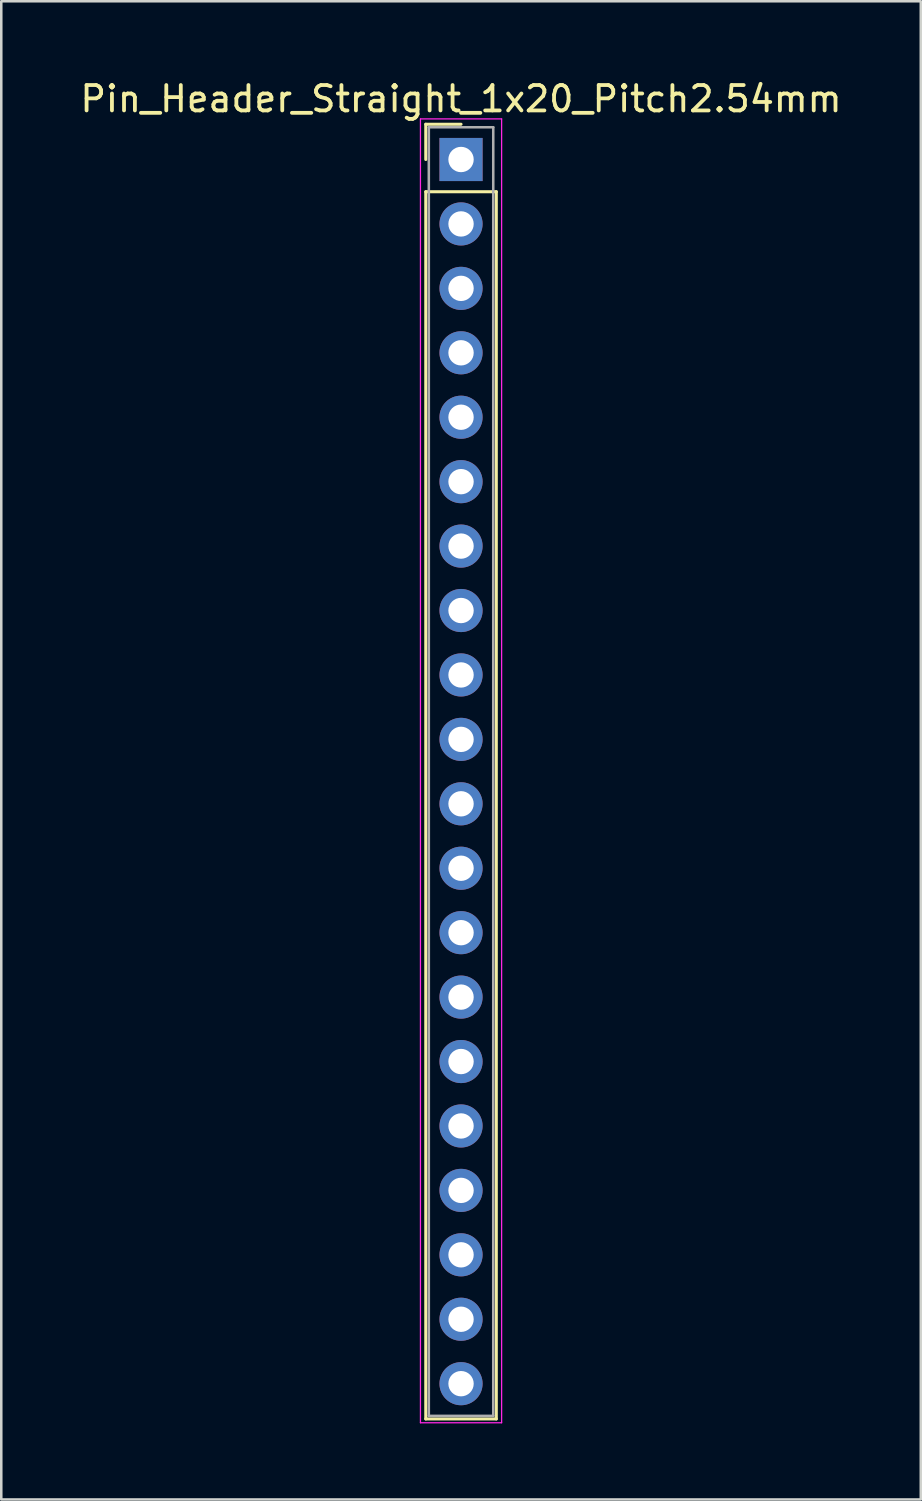
<source format=kicad_pcb>
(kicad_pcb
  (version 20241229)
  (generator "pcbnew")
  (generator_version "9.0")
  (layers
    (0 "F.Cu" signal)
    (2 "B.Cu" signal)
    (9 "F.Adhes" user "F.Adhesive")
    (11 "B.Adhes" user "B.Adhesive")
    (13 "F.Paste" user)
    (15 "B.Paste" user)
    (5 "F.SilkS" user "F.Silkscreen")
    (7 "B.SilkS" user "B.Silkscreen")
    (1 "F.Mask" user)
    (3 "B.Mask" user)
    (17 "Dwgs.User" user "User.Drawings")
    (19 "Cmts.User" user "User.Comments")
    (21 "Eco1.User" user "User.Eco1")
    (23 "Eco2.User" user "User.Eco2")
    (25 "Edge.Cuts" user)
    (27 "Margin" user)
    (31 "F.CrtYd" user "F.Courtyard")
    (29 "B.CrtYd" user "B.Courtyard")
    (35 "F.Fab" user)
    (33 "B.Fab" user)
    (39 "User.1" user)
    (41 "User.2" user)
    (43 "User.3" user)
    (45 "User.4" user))
  (footprint "Pin_Header_Straight_1x20_Pitch2.54mm"
    (layer "F.Cu")
    (at 15.125 3.238)
    (property "Reference" "Pin_Header_Straight_1x20_Pitch2.54mm" (at 0 -2.39 0) (layer "F.SilkS") (effects (font (size 1 1) (thickness 0.15))))
    (attr through_hole)
    (fp_line (start -1.39 -1.39) (end 0 -1.39) (stroke (width 0.12) (type solid)) (layer "F.SilkS"))
    (fp_line (start -1.39 0) (end -1.39 -1.39) (stroke (width 0.12) (type solid)) (layer "F.SilkS"))
    (fp_line (start -1.39 1.27) (end -1.39 49.65) (stroke (width 0.12) (type solid)) (layer "F.SilkS"))
    (fp_line (start -1.39 49.65) (end 1.39 49.65) (stroke (width 0.12) (type solid)) (layer "F.SilkS"))
    (fp_line (start 1.39 1.27) (end -1.39 1.27) (stroke (width 0.12) (type solid)) (layer "F.SilkS"))
    (fp_line (start 1.39 49.65) (end 1.39 1.27) (stroke (width 0.12) (type solid)) (layer "F.SilkS"))
    (fp_line (start -1.6 -1.6) (end -1.6 49.8) (stroke (width 0.05) (type solid)) (layer "F.CrtYd"))
    (fp_line (start -1.6 49.8) (end 1.6 49.8) (stroke (width 0.05) (type solid)) (layer "F.CrtYd"))
    (fp_line (start 1.6 -1.6) (end -1.6 -1.6) (stroke (width 0.05) (type solid)) (layer "F.CrtYd"))
    (fp_line (start 1.6 49.8) (end 1.6 -1.6) (stroke (width 0.05) (type solid)) (layer "F.CrtYd"))
    (fp_line (start -1.27 -1.27) (end -1.27 49.53) (stroke (width 0.1) (type solid)) (layer "F.Fab"))
    (fp_line (start -1.27 49.53) (end 1.27 49.53) (stroke (width 0.1) (type solid)) (layer "F.Fab"))
    (fp_line (start 1.27 -1.27) (end -1.27 -1.27) (stroke (width 0.1) (type solid)) (layer "F.Fab"))
    (fp_line (start 1.27 49.53) (end 1.27 -1.27) (stroke (width 0.1) (type solid)) (layer "F.Fab"))
    (pad "1" thru_hole rect (at 0 0) (size 1.7 1.7) (drill 1) (layers "*.Cu" "*.Mask"))
    (pad "2" thru_hole oval (at 0 2.54) (size 1.7 1.7) (drill 1) (layers "*.Cu" "*.Mask"))
    (pad "3" thru_hole oval (at 0 5.08) (size 1.7 1.7) (drill 1) (layers "*.Cu" "*.Mask"))
    (pad "4" thru_hole oval (at 0 7.62) (size 1.7 1.7) (drill 1) (layers "*.Cu" "*.Mask"))
    (pad "5" thru_hole oval (at 0 10.16) (size 1.7 1.7) (drill 1) (layers "*.Cu" "*.Mask"))
    (pad "6" thru_hole oval (at 0 12.7) (size 1.7 1.7) (drill 1) (layers "*.Cu" "*.Mask"))
    (pad "7" thru_hole oval (at 0 15.24) (size 1.7 1.7) (drill 1) (layers "*.Cu" "*.Mask"))
    (pad "8" thru_hole oval (at 0 17.78) (size 1.7 1.7) (drill 1) (layers "*.Cu" "*.Mask"))
    (pad "9" thru_hole oval (at 0 20.32) (size 1.7 1.7) (drill 1) (layers "*.Cu" "*.Mask"))
    (pad "10" thru_hole oval (at 0 22.86) (size 1.7 1.7) (drill 1) (layers "*.Cu" "*.Mask"))
    (pad "11" thru_hole oval (at 0 25.4) (size 1.7 1.7) (drill 1) (layers "*.Cu" "*.Mask"))
    (pad "12" thru_hole oval (at 0 27.94) (size 1.7 1.7) (drill 1) (layers "*.Cu" "*.Mask"))
    (pad "13" thru_hole oval (at 0 30.48) (size 1.7 1.7) (drill 1) (layers "*.Cu" "*.Mask"))
    (pad "14" thru_hole oval (at 0 33.02) (size 1.7 1.7) (drill 1) (layers "*.Cu" "*.Mask"))
    (pad "15" thru_hole oval (at 0 35.56) (size 1.7 1.7) (drill 1) (layers "*.Cu" "*.Mask"))
    (pad "16" thru_hole oval (at 0 38.1) (size 1.7 1.7) (drill 1) (layers "*.Cu" "*.Mask"))
    (pad "17" thru_hole oval (at 0 40.64) (size 1.7 1.7) (drill 1) (layers "*.Cu" "*.Mask"))
    (pad "18" thru_hole oval (at 0 43.18) (size 1.7 1.7) (drill 1) (layers "*.Cu" "*.Mask"))
    (pad "19" thru_hole oval (at 0 45.72) (size 1.7 1.7) (drill 1) (layers "*.Cu" "*.Mask"))
    (pad "20" thru_hole oval (at 0 48.26) (size 1.7 1.7) (drill 1) (layers "*.Cu" "*.Mask")))
  (gr_rect
    (start -3 -3)
    (end 33.25 56.063)
    (stroke (width 0.1) (type default))
    (fill no)
    (layer "Edge.Cuts")))
</source>
